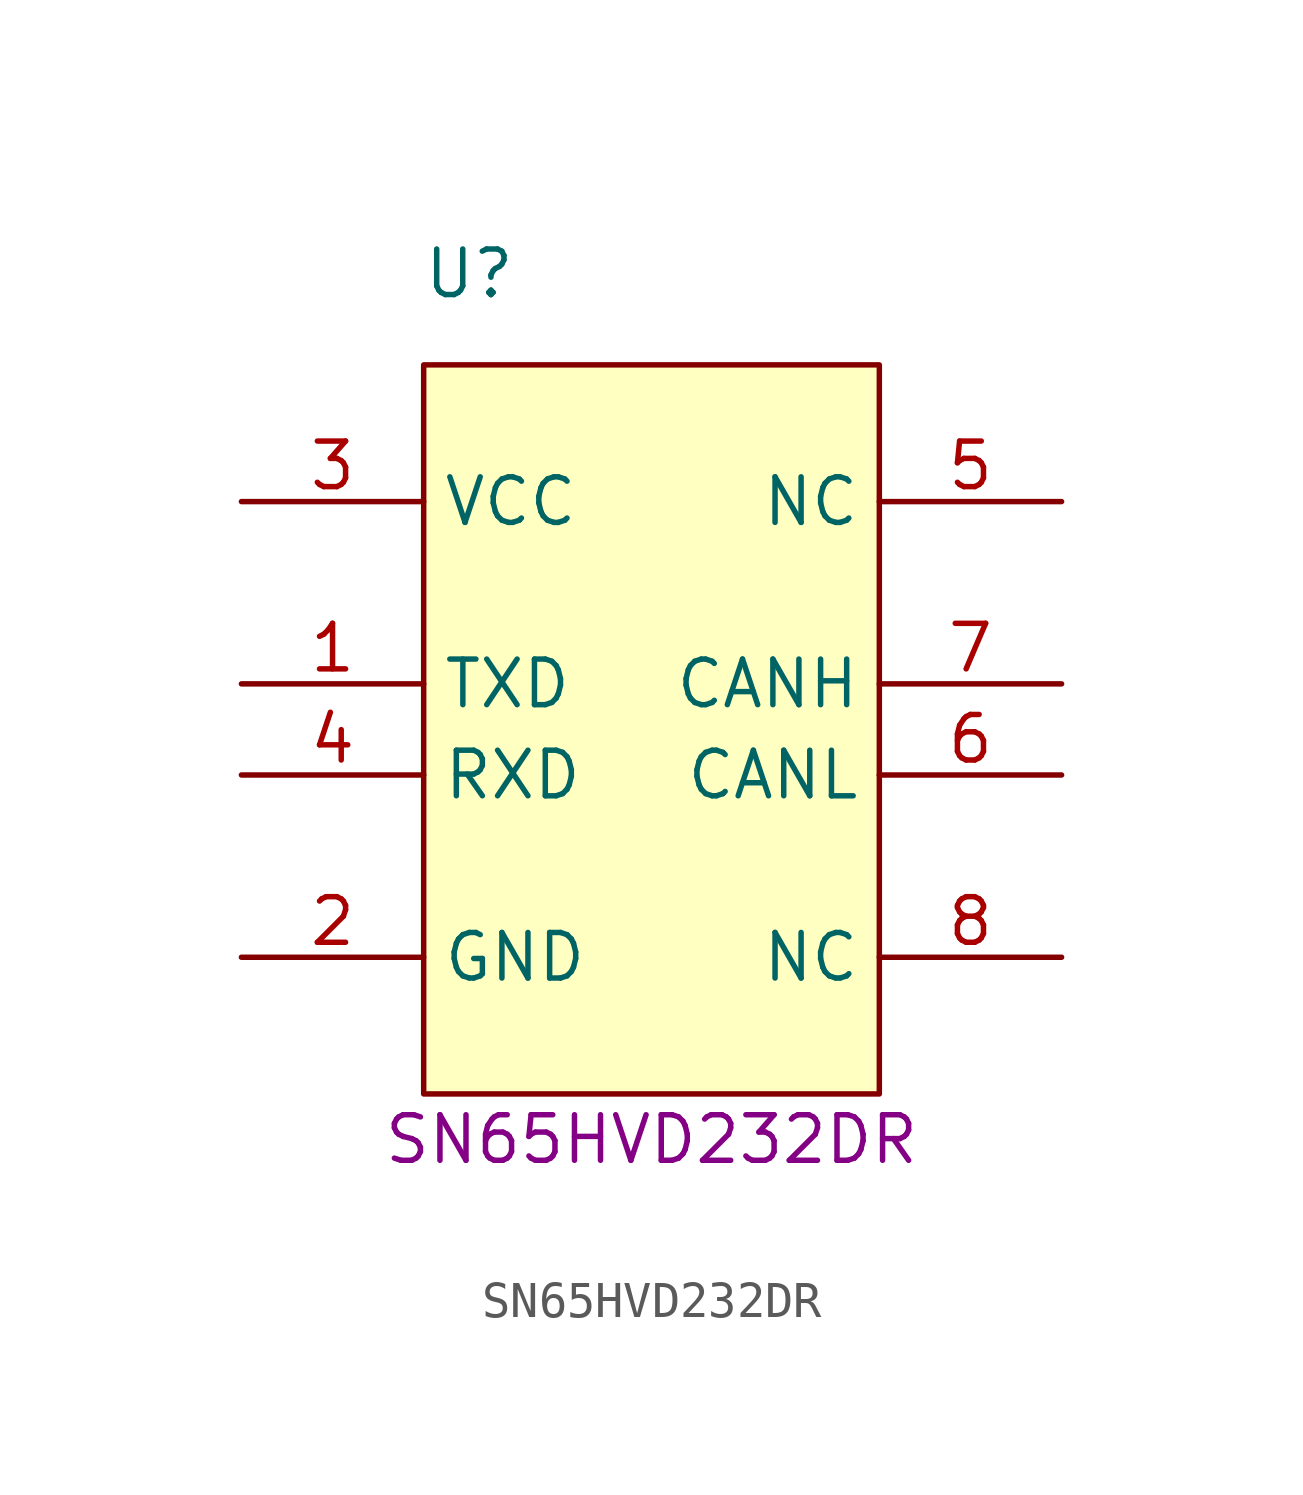
<source format=kicad_sym>
(kicad_symbol_lib
  (version 20231120)
  (generator "kicad_symbol_editor")
  (generator_version "8.0")
  (symbol "SN65HVD232DR"
    (property "Reference" "U"
      (at -5.08 6.35 0)
      (effects (font (size 1.27 1.27))))
    (property "Display Value" "SN65HVD232DR"
      (at 0 -17.78 0)
      (effects (font (size 1.27 1.27))))
    (symbol "SN65HVD232DR_1_1"
      (rectangle (start -6.35 3.81) (end 6.35 -16.51) (stroke (width 0) (type default)) (fill (type background)))
      (pin unspecified line (at -11.43 -5.08 0) (length 5.08) (name "TXD" (effects (font (size 1.27 1.27)))) (number "1" (effects (font (size 1.27 1.27)))))
      (pin unspecified line (at -11.43 -12.7 0) (length 5.08) (name "GND" (effects (font (size 1.27 1.27)))) (number "2" (effects (font (size 1.27 1.27)))))
      (pin unspecified line (at -11.43 0 0) (length 5.08) (name "VCC" (effects (font (size 1.27 1.27)))) (number "3" (effects (font (size 1.27 1.27)))))
      (pin unspecified line (at -11.43 -7.62 0) (length 5.08) (name "RXD" (effects (font (size 1.27 1.27)))) (number "4" (effects (font (size 1.27 1.27)))))
      (pin unspecified line (at 11.43 0 180) (length 5.08) (name "NC" (effects (font (size 1.27 1.27)))) (number "5" (effects (font (size 1.27 1.27)))))
      (pin unspecified line (at 11.43 -7.62 180) (length 5.08) (name "CANL" (effects (font (size 1.27 1.27)))) (number "6" (effects (font (size 1.27 1.27)))))
      (pin unspecified line (at 11.43 -5.08 180) (length 5.08) (name "CANH" (effects (font (size 1.27 1.27)))) (number "7" (effects (font (size 1.27 1.27)))))
      (pin unspecified line (at 11.43 -12.7 180) (length 5.08) (name "NC" (effects (font (size 1.27 1.27)))) (number "8" (effects (font (size 1.27 1.27))))))))
</source>
